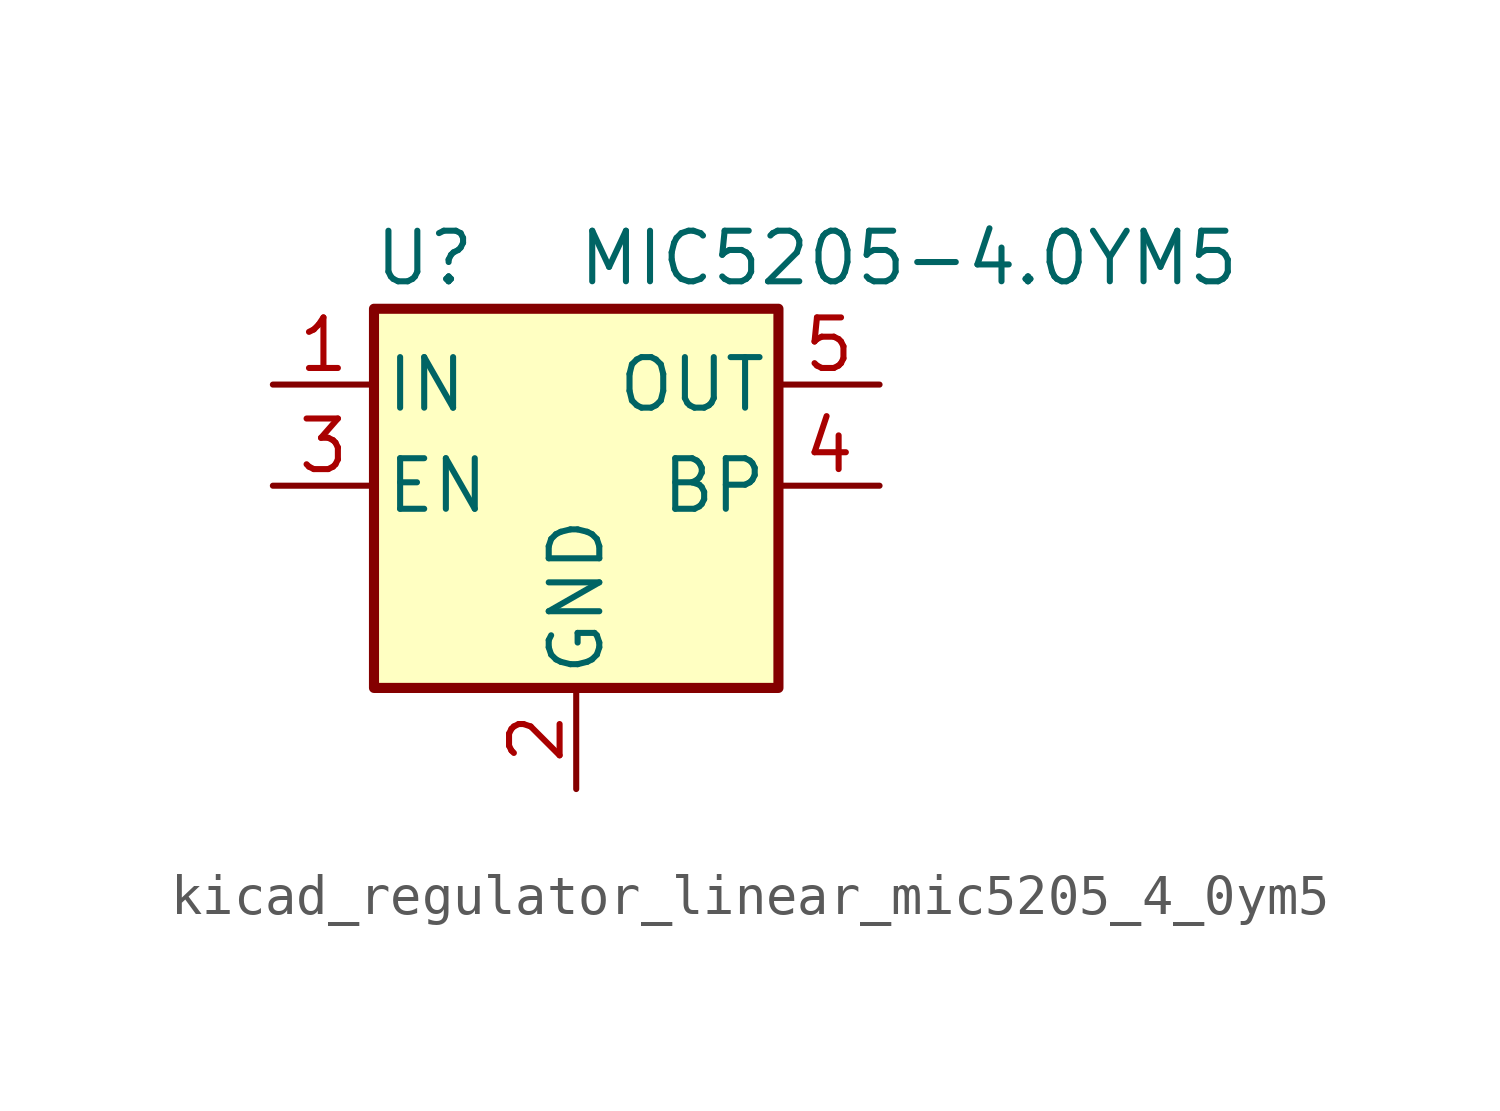
<source format=kicad_sym>
(kicad_symbol_lib
  (version 20220914)
  (generator kicad_symbol_editor)
  (symbol "kicad_regulator_linear_mic5205_4_0ym5"
    (pin_names
      (offset 0.254))
    (property "Reference" "U"
      (at -3.81 5.715 0)
      (effects (font (size 1.27 1.27))))
    (property "Value" "MIC5205-4.0YM5"
      (at 0 5.715 0)
      (effects (font (size 1.27 1.27)) (justify left)))
    (symbol "kicad_regulator_linear_mic5205_4_0ym5_0_1"
      (rectangle (start -5.08 4.445) (end 5.08 -5.08) (stroke (width 0.254) (type default)) (fill (type background))))
    (symbol "kicad_regulator_linear_mic5205_4_0ym5_1_1"
      (pin power_in line (at -7.62 2.54 0) (length 2.54) (name "IN" (effects (font (size 1.27 1.27)))) (number "1" (effects (font (size 1.27 1.27)))))
      (pin power_in line (at 0 -7.62 90) (length 2.54) (name "GND" (effects (font (size 1.27 1.27)))) (number "2" (effects (font (size 1.27 1.27)))))
      (pin input line (at -7.62 0 0) (length 2.54) (name "EN" (effects (font (size 1.27 1.27)))) (number "3" (effects (font (size 1.27 1.27)))))
      (pin input line (at 7.62 0 180) (length 2.54) (name "BP" (effects (font (size 1.27 1.27)))) (number "4" (effects (font (size 1.27 1.27)))))
      (pin power_out line (at 7.62 2.54 180) (length 2.54) (name "OUT" (effects (font (size 1.27 1.27)))) (number "5" (effects (font (size 1.27 1.27))))))))
</source>
